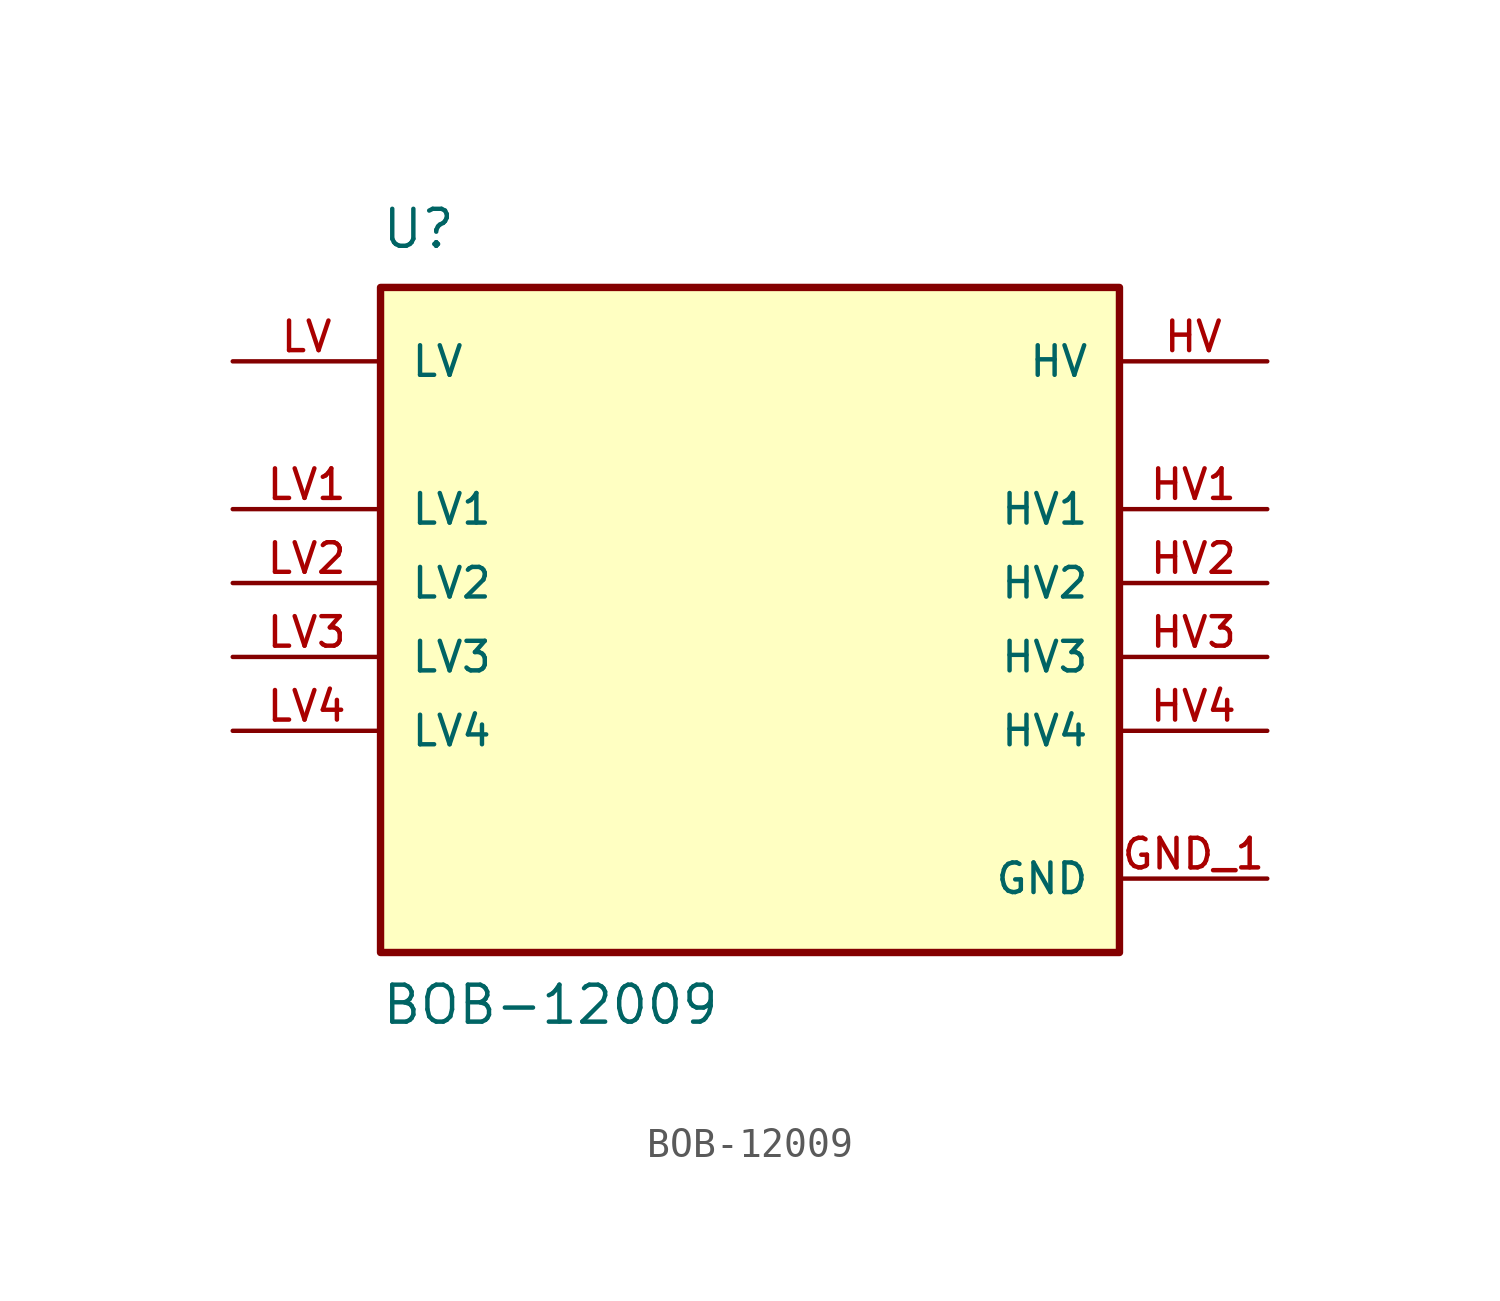
<source format=kicad_sym>
(kicad_symbol_lib
  (version 20211014)
  (generator kicad_symbol_editor)
  (symbol "BOB-12009"
    (pin_names
      (offset 1.016))
    (property "Reference" "U"
      (at -12.7 11.43 0)
      (effects (font (size 1.27 1.27)) (justify bottom left)))
    (property "Value" "BOB-12009"
      (at -12.7 -15.24 0)
      (effects (font (size 1.27 1.27)) (justify bottom left)))
    (symbol "BOB-12009_0_0"
      (rectangle (start -12.7 -12.7) (end 12.7 10.16) (stroke (width 0.254)) (fill (type background)))
      (pin bidirectional line (at -17.78 7.62 0) (length 5.08) (name "LV" (effects (font (size 1.016 1.016)))) (number "LV" (effects (font (size 1.016 1.016)))))
      (pin bidirectional line (at 17.78 7.62 180.0) (length 5.08) (name "HV" (effects (font (size 1.016 1.016)))) (number "HV" (effects (font (size 1.016 1.016)))))
      (pin bidirectional line (at -17.78 2.54 0) (length 5.08) (name "LV1" (effects (font (size 1.016 1.016)))) (number "LV1" (effects (font (size 1.016 1.016)))))
      (pin bidirectional line (at -17.78 0.0 0) (length 5.08) (name "LV2" (effects (font (size 1.016 1.016)))) (number "LV2" (effects (font (size 1.016 1.016)))))
      (pin bidirectional line (at 17.78 2.54 180.0) (length 5.08) (name "HV1" (effects (font (size 1.016 1.016)))) (number "HV1" (effects (font (size 1.016 1.016)))))
      (pin bidirectional line (at 17.78 0.0 180.0) (length 5.08) (name "HV2" (effects (font (size 1.016 1.016)))) (number "HV2" (effects (font (size 1.016 1.016)))))
      (pin bidirectional line (at 17.78 -2.54 180.0) (length 5.08) (name "HV3" (effects (font (size 1.016 1.016)))) (number "HV3" (effects (font (size 1.016 1.016)))))
      (pin bidirectional line (at 17.78 -5.08 180.0) (length 5.08) (name "HV4" (effects (font (size 1.016 1.016)))) (number "HV4" (effects (font (size 1.016 1.016)))))
      (pin bidirectional line (at -17.78 -2.54 0) (length 5.08) (name "LV3" (effects (font (size 1.016 1.016)))) (number "LV3" (effects (font (size 1.016 1.016)))))
      (pin bidirectional line (at -17.78 -5.08 0) (length 5.08) (name "LV4" (effects (font (size 1.016 1.016)))) (number "LV4" (effects (font (size 1.016 1.016)))))
      (pin power_in line (at 17.78 -10.16 180.0) (length 5.08) (name "GND" (effects (font (size 1.016 1.016)))) (number "GND_1" (effects (font (size 1.016 1.016)))))
      (pin power_in line (at 17.78 -10.16 180.0) (length 5.08) hide (name "GND" (effects (font (size 1.016 1.016)))) (number "GND_2" (effects (font (size 1.016 1.016))))))))
</source>
